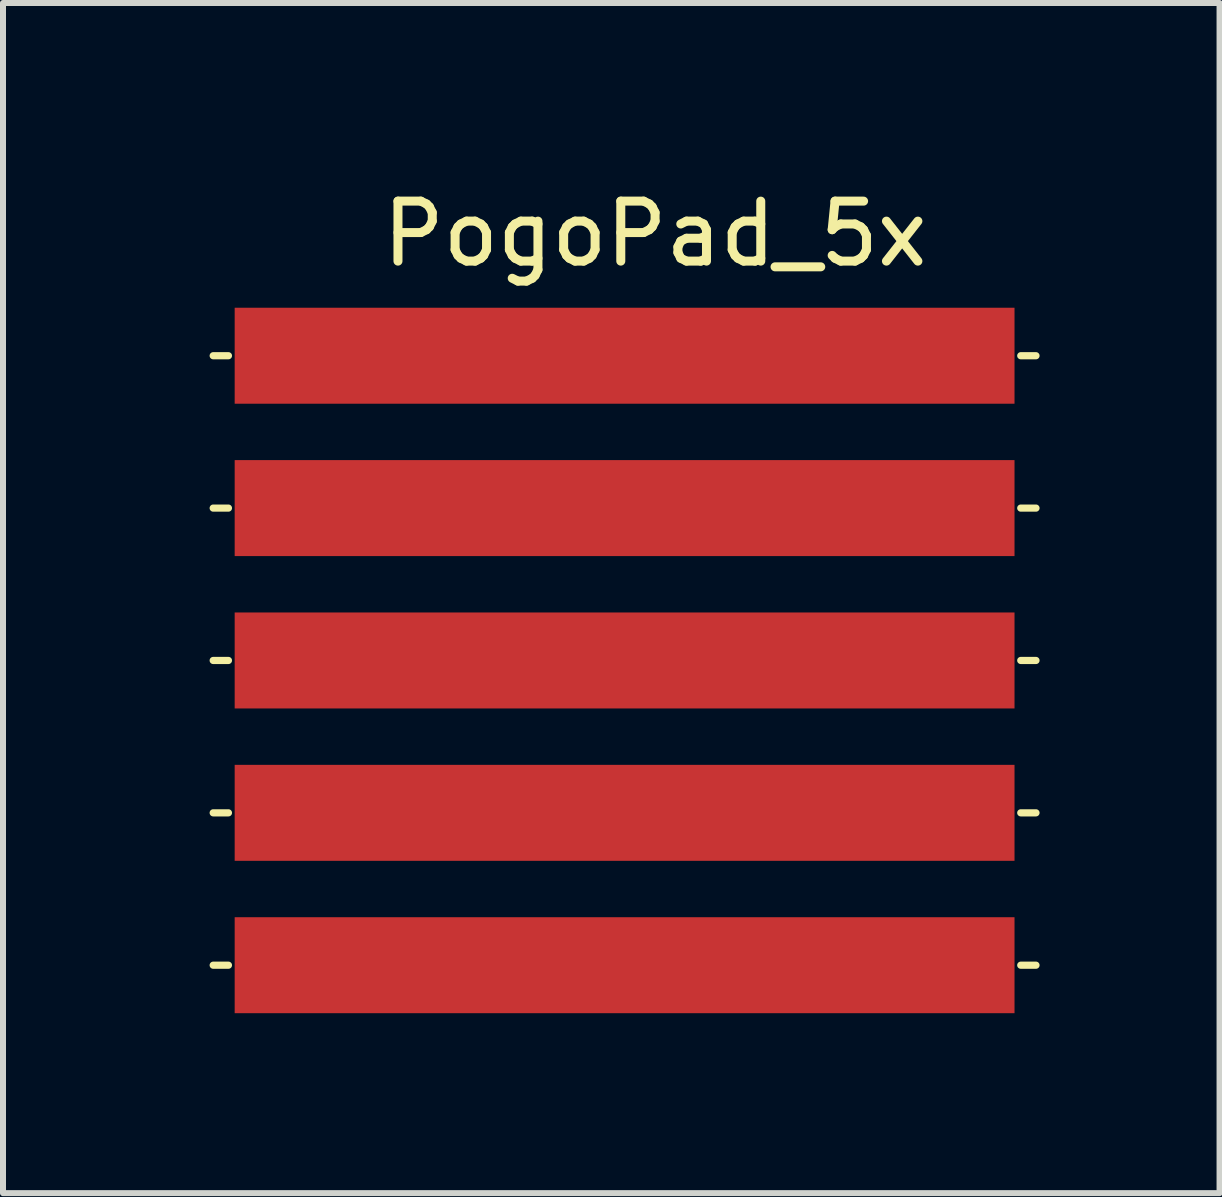
<source format=kicad_pcb>
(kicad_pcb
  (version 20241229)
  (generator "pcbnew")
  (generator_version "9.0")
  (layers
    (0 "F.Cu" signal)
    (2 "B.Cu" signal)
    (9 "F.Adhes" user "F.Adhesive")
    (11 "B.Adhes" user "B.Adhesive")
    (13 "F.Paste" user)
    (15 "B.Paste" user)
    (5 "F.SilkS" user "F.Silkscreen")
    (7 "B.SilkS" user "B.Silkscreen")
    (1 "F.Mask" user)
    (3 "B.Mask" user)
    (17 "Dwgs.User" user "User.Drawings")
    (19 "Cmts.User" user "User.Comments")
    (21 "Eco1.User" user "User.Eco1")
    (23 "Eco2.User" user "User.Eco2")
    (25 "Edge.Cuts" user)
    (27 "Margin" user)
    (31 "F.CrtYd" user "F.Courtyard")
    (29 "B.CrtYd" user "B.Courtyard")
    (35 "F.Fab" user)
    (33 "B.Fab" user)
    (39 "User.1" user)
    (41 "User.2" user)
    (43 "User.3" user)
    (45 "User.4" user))
  (footprint "PogoPad_5x"
    (layer "F.Cu")
    (at 0.25 2.118)
    (property "Reference" "PogoPad_5x" (at 7.62 -1.27 0) (layer "F.SilkS") (effects (font (size 1 1) (thickness 0.15))))
    (attr through_hole)
    (fp_line (start 0.254 0.762) (end 0.508 0.762) (stroke (width 0.12) (type solid)) (layer "F.SilkS"))
    (fp_line (start 0.254 3.302) (end 0.508 3.302) (stroke (width 0.12) (type solid)) (layer "F.SilkS"))
    (fp_line (start 0.254 5.842) (end 0.508 5.842) (stroke (width 0.12) (type solid)) (layer "F.SilkS"))
    (fp_line (start 0.254 8.382) (end 0.508 8.382) (stroke (width 0.12) (type solid)) (layer "F.SilkS"))
    (fp_line (start 0.254 10.922) (end 0.508 10.922) (stroke (width 0.12) (type solid)) (layer "F.SilkS"))
    (fp_line (start 13.716 0.762) (end 13.97 0.762) (stroke (width 0.12) (type solid)) (layer "F.SilkS"))
    (fp_line (start 13.716 3.302) (end 13.97 3.302) (stroke (width 0.12) (type solid)) (layer "F.SilkS"))
    (fp_line (start 13.716 5.842) (end 13.97 5.842) (stroke (width 0.12) (type solid)) (layer "F.SilkS"))
    (fp_line (start 13.716 8.382) (end 13.97 8.382) (stroke (width 0.12) (type solid)) (layer "F.SilkS"))
    (fp_line (start 13.716 10.922) (end 13.97 10.922) (stroke (width 0.12) (type solid)) (layer "F.SilkS"))
    (pad "1" smd rect (at 7.112 0.762) (size 13 1.6) (layers "F.Cu" "F.Mask" "F.Paste"))
    (pad "2" smd rect (at 7.112 3.302) (size 13 1.6) (layers "F.Cu" "F.Mask" "F.Paste"))
    (pad "3" smd rect (at 7.112 5.842) (size 13 1.6) (layers "F.Cu" "F.Mask" "F.Paste"))
    (pad "4" smd rect (at 7.112 8.382) (size 13 1.6) (layers "F.Cu" "F.Mask" "F.Paste"))
    (pad "5" smd rect (at 7.112 10.922) (size 13 1.6) (layers "F.Cu" "F.Mask" "F.Paste")))
  (gr_rect
    (start -3 -3)
    (end 17.28 16.84)
    (stroke (width 0.1) (type default))
    (fill no)
    (layer "Edge.Cuts")))
</source>
